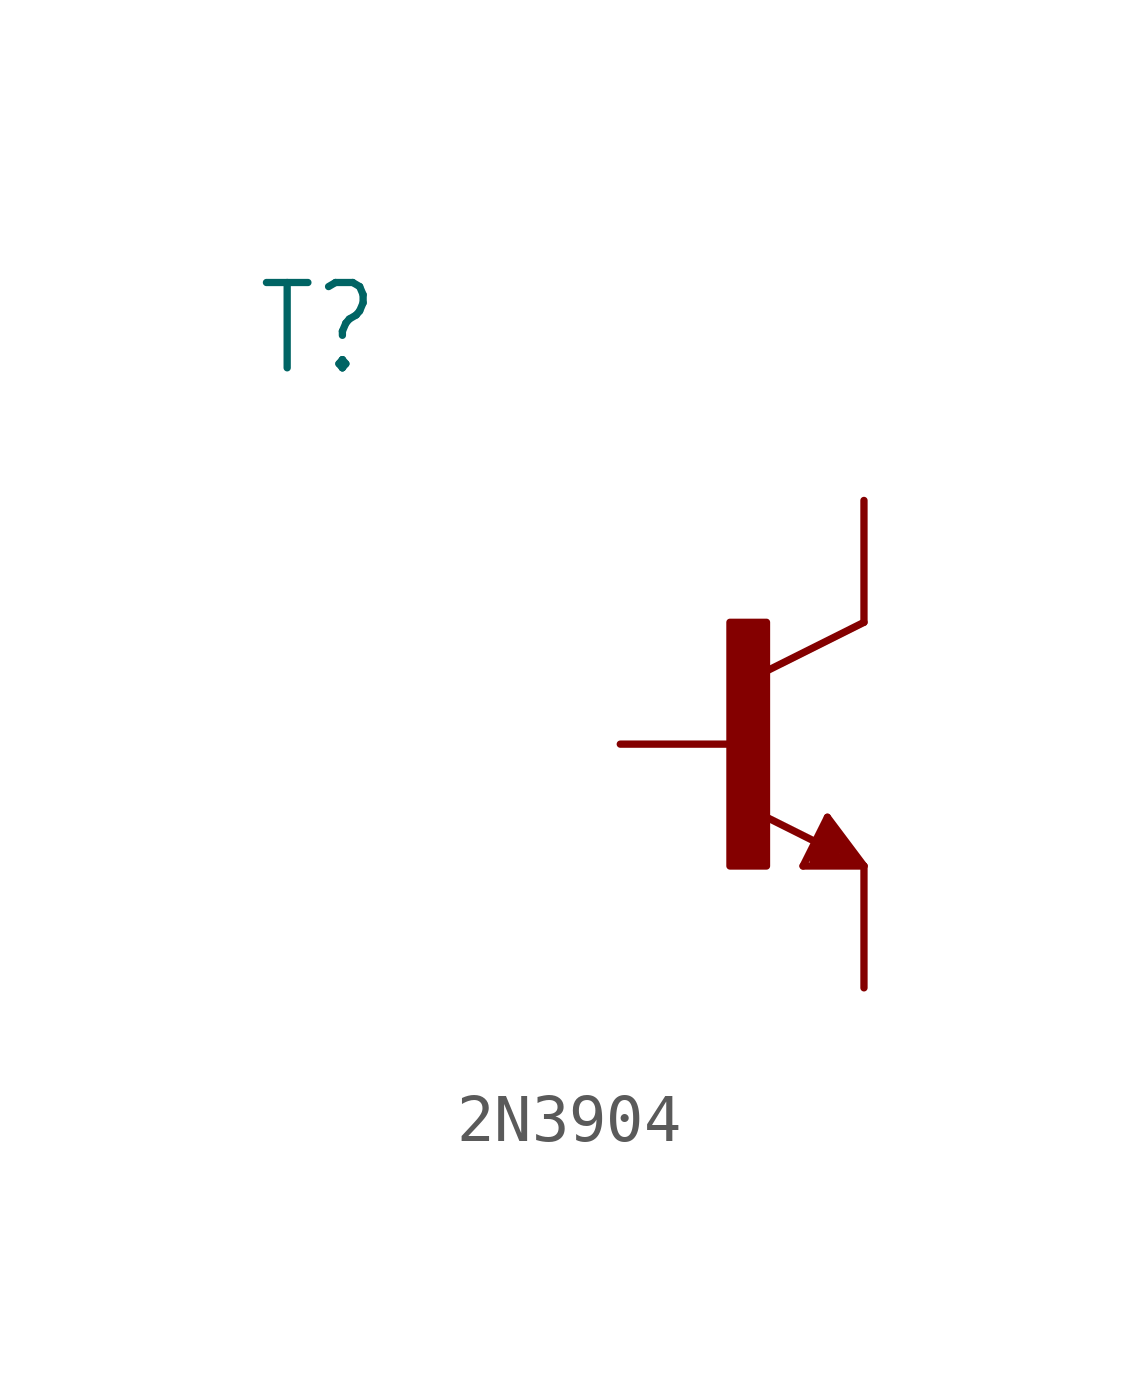
<source format=kicad_sym>
(kicad_symbol_lib
  (version 20220914)
  (generator kicad_symbol_editor)
  (symbol "2N3904"
    (property "Reference" "T"
      (at -10.16 7.62 0)
      (effects (font (size 1.778 1.511)) (justify left bottom)))
    (property "Value" ""
      (at -10.16 5.08 0)
      (effects (font (size 1.778 1.511)) (justify left bottom)))
    (property "ki_locked" ""
      (at 0 0 0)
      (effects (font (size 1.27 1.27))))
    (symbol "2N3904_1_0"
      (rectangle (start -0.254 -2.54) (end 0.508 2.54) (stroke (width 0) (type default)) (fill (type outline)))
      (polyline (pts (xy 1.27 -2.54) (xy 1.778 -1.524)) (stroke (width 0.152) (type solid)) (fill (type none)))
      (polyline (pts (xy 1.524 -2.413) (xy 2.286 -2.413)) (stroke (width 0.254) (type solid)) (fill (type none)))
      (polyline (pts (xy 1.524 -2.286) (xy 1.905 -2.286)) (stroke (width 0.254) (type solid)) (fill (type none)))
      (polyline (pts (xy 1.54 -2.04) (xy 0.308 -1.424)) (stroke (width 0.152) (type solid)) (fill (type none)))
      (polyline (pts (xy 1.778 -1.778) (xy 1.524 -2.286)) (stroke (width 0.254) (type solid)) (fill (type none)))
      (polyline (pts (xy 1.778 -1.524) (xy 2.54 -2.54)) (stroke (width 0.152) (type solid)) (fill (type none)))
      (polyline (pts (xy 1.905 -2.286) (xy 1.778 -2.032)) (stroke (width 0.254) (type solid)) (fill (type none)))
      (polyline (pts (xy 2.286 -2.413) (xy 1.778 -1.778)) (stroke (width 0.254) (type solid)) (fill (type none)))
      (polyline (pts (xy 2.54 -2.54) (xy 1.27 -2.54)) (stroke (width 0.152) (type solid)) (fill (type none)))
      (polyline (pts (xy 2.54 2.54) (xy 0.508 1.524)) (stroke (width 0.152) (type solid)) (fill (type none)))
      (pin passive line (at 2.54 5.08 270) (length 2.54) (name "C" (effects (font (size 0 0)))) (number "1" (effects (font (size 0 0)))))
      (pin passive line (at -2.54 0 0) (length 2.54) (name "B" (effects (font (size 0 0)))) (number "2" (effects (font (size 0 0)))))
      (pin passive line (at 2.54 -5.08 90) (length 2.54) (name "E" (effects (font (size 0 0)))) (number "3" (effects (font (size 0 0))))))))
</source>
